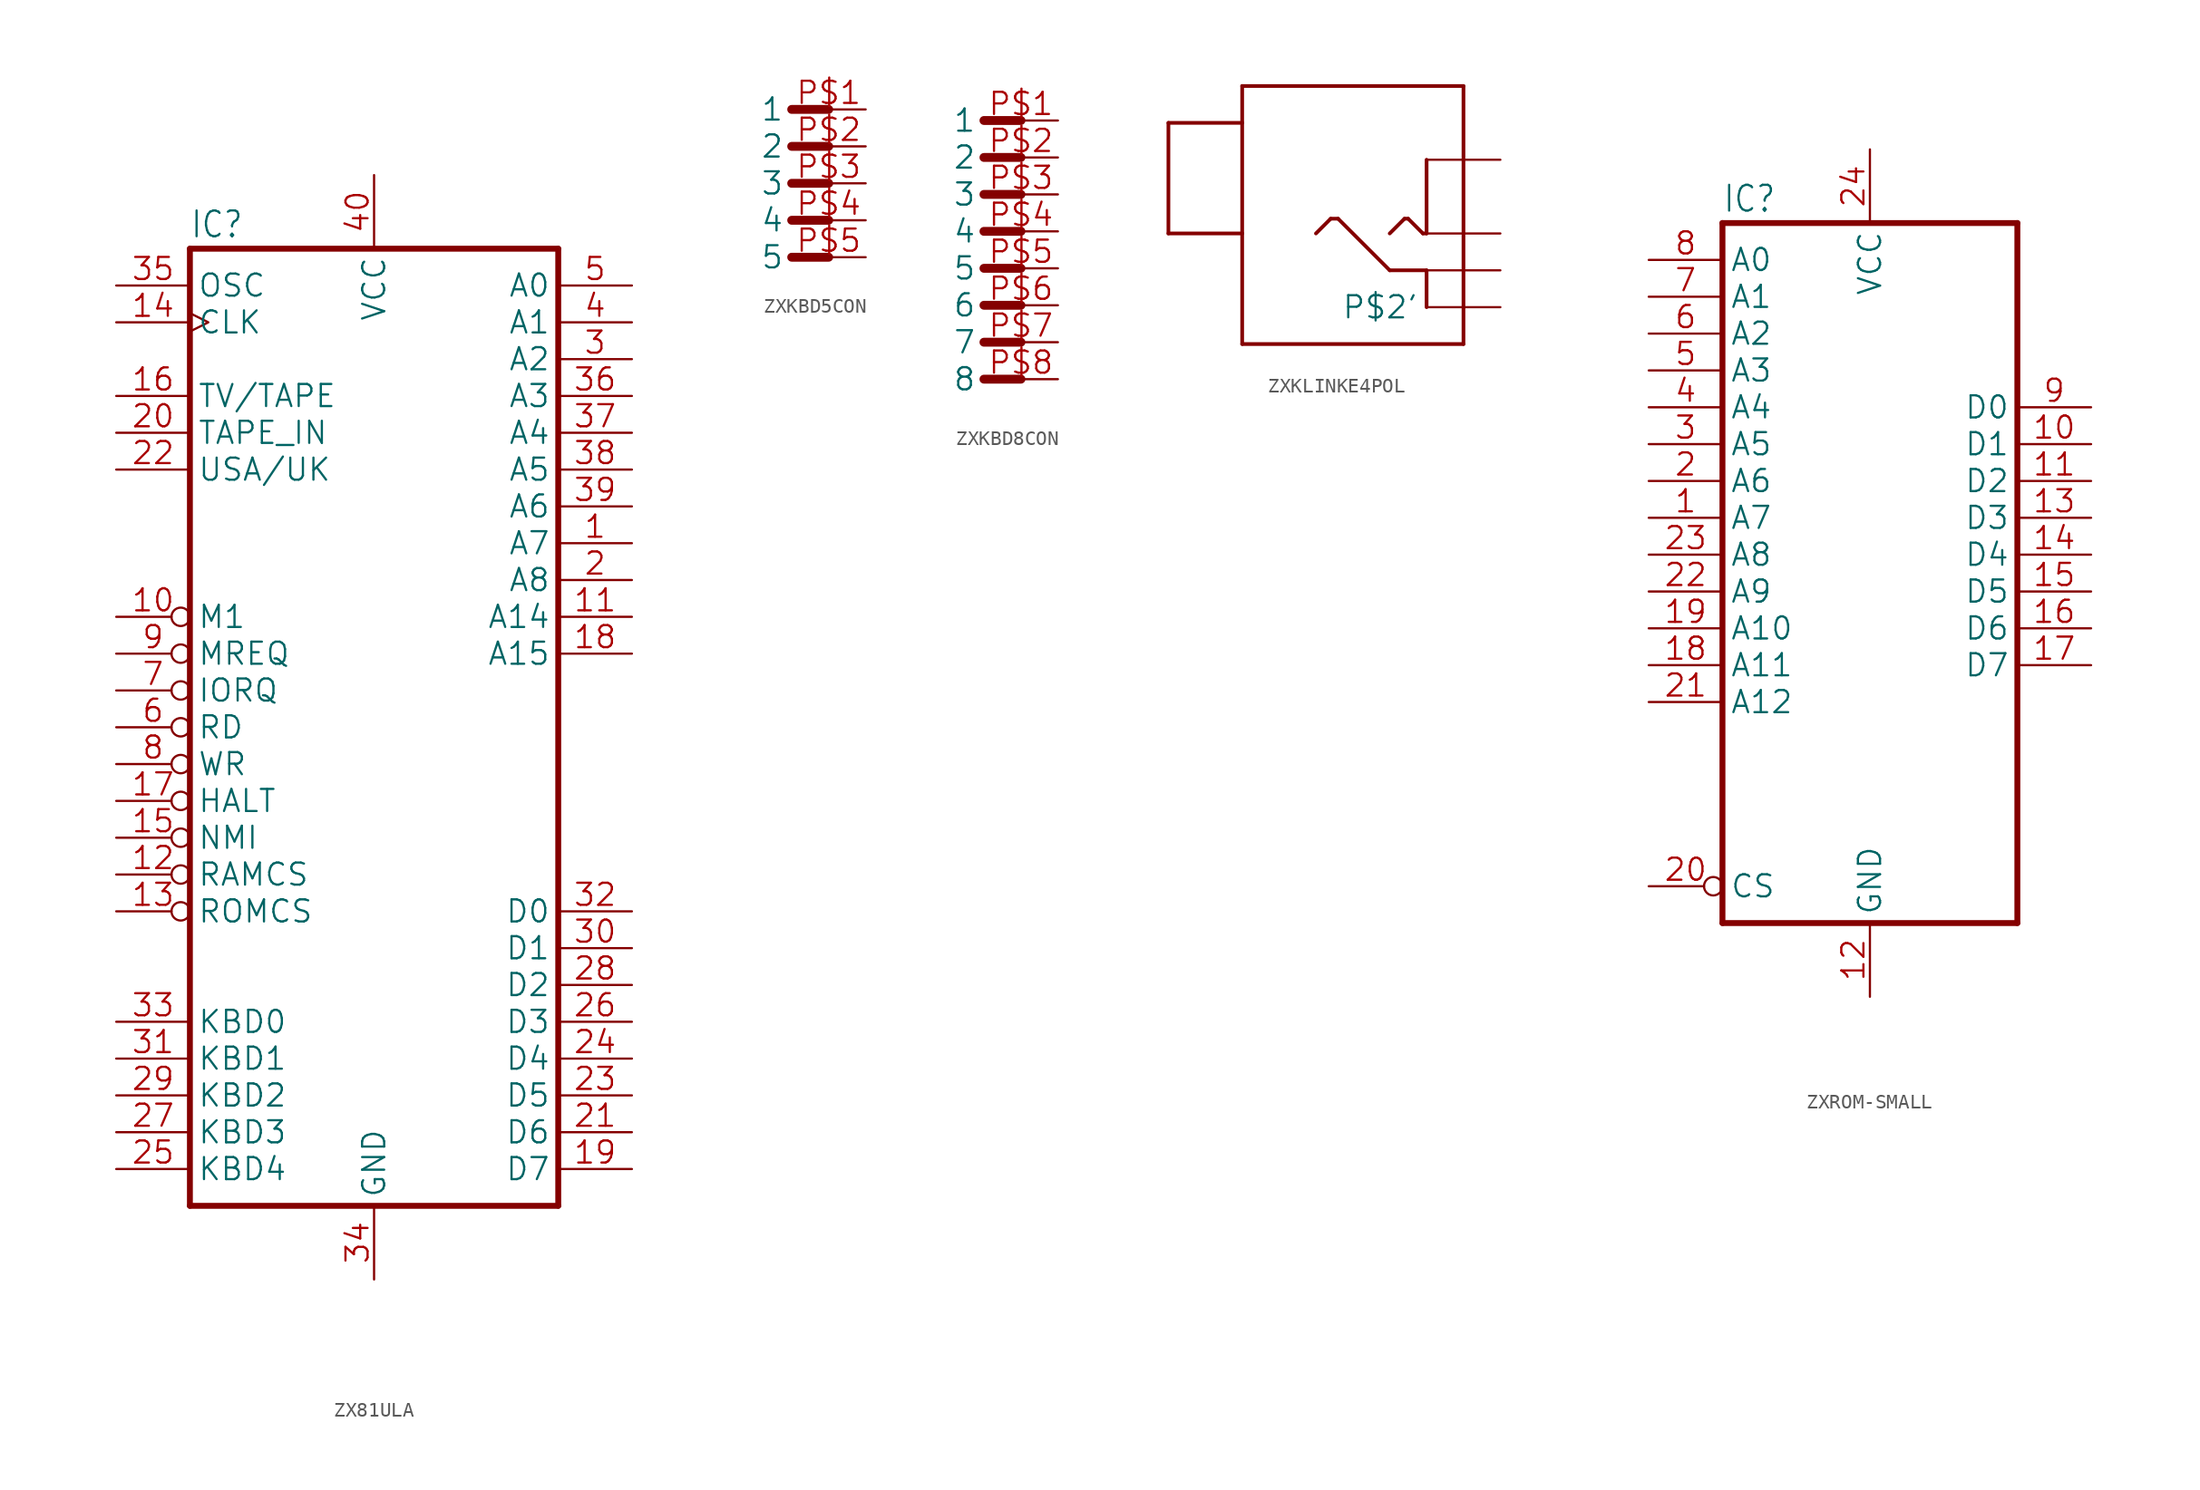
<source format=kicad_sym>
(kicad_symbol_lib
  (version 20241209)
  (generator "kicad_symbol_editor")
  (generator_version "9.0")
  (symbol "ZX81ULA"
    (property "Reference" "IC"
      (at -12.7 33.655 0)
      (effects (font (size 1.778 1.511)) (justify left bottom)))
    (property "Value" ""
      (at -12.7 -35.56 0)
      (effects (font (size 1.778 1.511)) (justify left bottom)))
    (property "ki_locked" ""
      (at 0 0 0)
      (effects (font (size 1.27 1.27))))
    (symbol "ZX81ULA_1_0"
      (polyline (pts (xy -12.7 -33.02) (xy -12.7 33.02)) (stroke (width 0.406) (type solid)) (fill (type none)))
      (polyline (pts (xy -12.7 -33.02) (xy 12.7 -33.02)) (stroke (width 0.406) (type solid)) (fill (type none)))
      (polyline (pts (xy 12.7 33.02) (xy -12.7 33.02)) (stroke (width 0.406) (type solid)) (fill (type none)))
      (polyline (pts (xy 12.7 33.02) (xy 12.7 -33.02)) (stroke (width 0.406) (type solid)) (fill (type none)))
      (pin output line (at -17.78 30.48 0) (length 5.08) (name "OSC" (effects (font (size 1.524 1.524)))) (number "35" (effects (font (size 1.524 1.524)))))
      (pin input clock (at -17.78 27.94 0) (length 5.08) (name "CLK" (effects (font (size 1.524 1.524)))) (number "14" (effects (font (size 1.524 1.524)))))
      (pin output line (at -17.78 22.86 0) (length 5.08) (name "TV/TAPE" (effects (font (size 1.524 1.524)))) (number "16" (effects (font (size 1.524 1.524)))))
      (pin output line (at -17.78 20.32 0) (length 5.08) (name "TAPE_IN" (effects (font (size 1.524 1.524)))) (number "20" (effects (font (size 1.524 1.524)))))
      (pin output line (at -17.78 17.78 0) (length 5.08) (name "USA/UK" (effects (font (size 1.524 1.524)))) (number "22" (effects (font (size 1.524 1.524)))))
      (pin output inverted (at -17.78 7.62 0) (length 5.08) (name "M1" (effects (font (size 1.524 1.524)))) (number "10" (effects (font (size 1.524 1.524)))))
      (pin output inverted (at -17.78 5.08 0) (length 5.08) (name "MREQ" (effects (font (size 1.524 1.524)))) (number "9" (effects (font (size 1.524 1.524)))))
      (pin output inverted (at -17.78 2.54 0) (length 5.08) (name "IORQ" (effects (font (size 1.524 1.524)))) (number "7" (effects (font (size 1.524 1.524)))))
      (pin output inverted (at -17.78 0 0) (length 5.08) (name "RD" (effects (font (size 1.524 1.524)))) (number "6" (effects (font (size 1.524 1.524)))))
      (pin output inverted (at -17.78 -2.54 0) (length 5.08) (name "WR" (effects (font (size 1.524 1.524)))) (number "8" (effects (font (size 1.524 1.524)))))
      (pin output inverted (at -17.78 -5.08 0) (length 5.08) (name "HALT" (effects (font (size 1.524 1.524)))) (number "17" (effects (font (size 1.524 1.524)))))
      (pin input inverted (at -17.78 -7.62 0) (length 5.08) (name "NMI" (effects (font (size 1.524 1.524)))) (number "15" (effects (font (size 1.524 1.524)))))
      (pin output inverted (at -17.78 -10.16 0) (length 5.08) (name "RAMCS" (effects (font (size 1.524 1.524)))) (number "12" (effects (font (size 1.524 1.524)))))
      (pin output inverted (at -17.78 -12.7 0) (length 5.08) (name "ROMCS" (effects (font (size 1.524 1.524)))) (number "13" (effects (font (size 1.524 1.524)))))
      (pin output line (at -17.78 -20.32 0) (length 5.08) (name "KBD0" (effects (font (size 1.524 1.524)))) (number "33" (effects (font (size 1.524 1.524)))))
      (pin input line (at -17.78 -22.86 0) (length 5.08) (name "KBD1" (effects (font (size 1.524 1.524)))) (number "31" (effects (font (size 1.524 1.524)))))
      (pin input line (at -17.78 -25.4 0) (length 5.08) (name "KBD2" (effects (font (size 1.524 1.524)))) (number "29" (effects (font (size 1.524 1.524)))))
      (pin input line (at -17.78 -27.94 0) (length 5.08) (name "KBD3" (effects (font (size 1.524 1.524)))) (number "27" (effects (font (size 1.524 1.524)))))
      (pin input line (at -17.78 -30.48 0) (length 5.08) (name "KBD4" (effects (font (size 1.524 1.524)))) (number "25" (effects (font (size 1.524 1.524)))))
      (pin power_in line (at 0 38.1 270) (length 5.08) (name "VCC" (effects (font (size 1.524 1.524)))) (number "40" (effects (font (size 1.524 1.524)))))
      (pin power_in line (at 0 -38.1 90) (length 5.08) (name "GND" (effects (font (size 1.524 1.524)))) (number "34" (effects (font (size 1.524 1.524)))))
      (pin output line (at 17.78 30.48 180) (length 5.08) (name "A0" (effects (font (size 1.524 1.524)))) (number "5" (effects (font (size 1.524 1.524)))))
      (pin output line (at 17.78 27.94 180) (length 5.08) (name "A1" (effects (font (size 1.524 1.524)))) (number "4" (effects (font (size 1.524 1.524)))))
      (pin output line (at 17.78 25.4 180) (length 5.08) (name "A2" (effects (font (size 1.524 1.524)))) (number "3" (effects (font (size 1.524 1.524)))))
      (pin output line (at 17.78 22.86 180) (length 5.08) (name "A3" (effects (font (size 1.524 1.524)))) (number "36" (effects (font (size 1.524 1.524)))))
      (pin output line (at 17.78 20.32 180) (length 5.08) (name "A4" (effects (font (size 1.524 1.524)))) (number "37" (effects (font (size 1.524 1.524)))))
      (pin output line (at 17.78 17.78 180) (length 5.08) (name "A5" (effects (font (size 1.524 1.524)))) (number "38" (effects (font (size 1.524 1.524)))))
      (pin output line (at 17.78 15.24 180) (length 5.08) (name "A6" (effects (font (size 1.524 1.524)))) (number "39" (effects (font (size 1.524 1.524)))))
      (pin output line (at 17.78 12.7 180) (length 5.08) (name "A7" (effects (font (size 1.524 1.524)))) (number "1" (effects (font (size 1.524 1.524)))))
      (pin output line (at 17.78 10.16 180) (length 5.08) (name "A8" (effects (font (size 1.524 1.524)))) (number "2" (effects (font (size 1.524 1.524)))))
      (pin output line (at 17.78 7.62 180) (length 5.08) (name "A14" (effects (font (size 1.524 1.524)))) (number "11" (effects (font (size 1.524 1.524)))))
      (pin output line (at 17.78 5.08 180) (length 5.08) (name "A15" (effects (font (size 1.524 1.524)))) (number "18" (effects (font (size 1.524 1.524)))))
      (pin bidirectional line (at 17.78 -12.7 180) (length 5.08) (name "D0" (effects (font (size 1.524 1.524)))) (number "32" (effects (font (size 1.524 1.524)))))
      (pin bidirectional line (at 17.78 -15.24 180) (length 5.08) (name "D1" (effects (font (size 1.524 1.524)))) (number "30" (effects (font (size 1.524 1.524)))))
      (pin bidirectional line (at 17.78 -17.78 180) (length 5.08) (name "D2" (effects (font (size 1.524 1.524)))) (number "28" (effects (font (size 1.524 1.524)))))
      (pin bidirectional line (at 17.78 -20.32 180) (length 5.08) (name "D3" (effects (font (size 1.524 1.524)))) (number "26" (effects (font (size 1.524 1.524)))))
      (pin bidirectional line (at 17.78 -22.86 180) (length 5.08) (name "D4" (effects (font (size 1.524 1.524)))) (number "24" (effects (font (size 1.524 1.524)))))
      (pin bidirectional line (at 17.78 -25.4 180) (length 5.08) (name "D5" (effects (font (size 1.524 1.524)))) (number "23" (effects (font (size 1.524 1.524)))))
      (pin bidirectional line (at 17.78 -27.94 180) (length 5.08) (name "D6" (effects (font (size 1.524 1.524)))) (number "21" (effects (font (size 1.524 1.524)))))
      (pin bidirectional line (at 17.78 -30.48 180) (length 5.08) (name "D7" (effects (font (size 1.524 1.524)))) (number "19" (effects (font (size 1.524 1.524)))))))
  (symbol "ZXKBD5CON"
    (property "Reference" "K"
      (at 0 0 0)
      (effects (font (size 1.27 1.27)) (hide yes)))
    (property "ki_locked" ""
      (at 0 0 0)
      (effects (font (size 1.27 1.27))))
    (symbol "ZXKBD5CON_1_0"
      (polyline (pts (xy -5.08 5.08) (xy -2.54 5.08)) (stroke (width 0.61) (type solid)) (fill (type none)))
      (polyline (pts (xy -5.08 2.54) (xy -2.54 2.54)) (stroke (width 0.61) (type solid)) (fill (type none)))
      (polyline (pts (xy -5.08 0) (xy -2.54 0)) (stroke (width 0.61) (type solid)) (fill (type none)))
      (polyline (pts (xy -5.08 -2.54) (xy -2.54 -2.54)) (stroke (width 0.61) (type solid)) (fill (type none)))
      (polyline (pts (xy -5.08 -5.08) (xy -2.54 -5.08)) (stroke (width 0.61) (type solid)) (fill (type none)))
      (pin bidirectional line (at 0 5.08 180) (length 5.08) (name "1" (effects (font (size 1.524 1.524)))) (number "P$1" (effects (font (size 1.524 1.524)))))
      (pin bidirectional line (at 0 2.54 180) (length 5.08) (name "2" (effects (font (size 1.524 1.524)))) (number "P$2" (effects (font (size 1.524 1.524)))))
      (pin bidirectional line (at 0 0 180) (length 5.08) (name "3" (effects (font (size 1.524 1.524)))) (number "P$3" (effects (font (size 1.524 1.524)))))
      (pin bidirectional line (at 0 -2.54 180) (length 5.08) (name "4" (effects (font (size 1.524 1.524)))) (number "P$4" (effects (font (size 1.524 1.524)))))
      (pin bidirectional line (at 0 -5.08 180) (length 5.08) (name "5" (effects (font (size 1.524 1.524)))) (number "P$5" (effects (font (size 1.524 1.524)))))))
  (symbol "ZXKBD8CON"
    (property "Reference" "K"
      (at 0 0 0)
      (effects (font (size 1.27 1.27)) (hide yes)))
    (property "ki_locked" ""
      (at 0 0 0)
      (effects (font (size 1.27 1.27))))
    (symbol "ZXKBD8CON_1_0"
      (polyline (pts (xy -5.08 10.16) (xy -2.54 10.16)) (stroke (width 0.61) (type solid)) (fill (type none)))
      (polyline (pts (xy -5.08 7.62) (xy -2.54 7.62)) (stroke (width 0.61) (type solid)) (fill (type none)))
      (polyline (pts (xy -5.08 5.08) (xy -2.54 5.08)) (stroke (width 0.61) (type solid)) (fill (type none)))
      (polyline (pts (xy -5.08 2.54) (xy -2.54 2.54)) (stroke (width 0.61) (type solid)) (fill (type none)))
      (polyline (pts (xy -5.08 0) (xy -2.54 0)) (stroke (width 0.61) (type solid)) (fill (type none)))
      (polyline (pts (xy -5.08 -2.54) (xy -2.54 -2.54)) (stroke (width 0.61) (type solid)) (fill (type none)))
      (polyline (pts (xy -5.08 -5.08) (xy -2.54 -5.08)) (stroke (width 0.61) (type solid)) (fill (type none)))
      (polyline (pts (xy -5.08 -7.62) (xy -2.54 -7.62)) (stroke (width 0.61) (type solid)) (fill (type none)))
      (pin bidirectional line (at 0 10.16 180) (length 5.08) (name "1" (effects (font (size 1.524 1.524)))) (number "P$1" (effects (font (size 1.524 1.524)))))
      (pin bidirectional line (at 0 7.62 180) (length 5.08) (name "2" (effects (font (size 1.524 1.524)))) (number "P$2" (effects (font (size 1.524 1.524)))))
      (pin bidirectional line (at 0 5.08 180) (length 5.08) (name "3" (effects (font (size 1.524 1.524)))) (number "P$3" (effects (font (size 1.524 1.524)))))
      (pin bidirectional line (at 0 2.54 180) (length 5.08) (name "4" (effects (font (size 1.524 1.524)))) (number "P$4" (effects (font (size 1.524 1.524)))))
      (pin bidirectional line (at 0 0 180) (length 5.08) (name "5" (effects (font (size 1.524 1.524)))) (number "P$5" (effects (font (size 1.524 1.524)))))
      (pin bidirectional line (at 0 -2.54 180) (length 5.08) (name "6" (effects (font (size 1.524 1.524)))) (number "P$6" (effects (font (size 1.524 1.524)))))
      (pin bidirectional line (at 0 -5.08 180) (length 5.08) (name "7" (effects (font (size 1.524 1.524)))) (number "P$7" (effects (font (size 1.524 1.524)))))
      (pin bidirectional line (at 0 -7.62 180) (length 5.08) (name "8" (effects (font (size 1.524 1.524)))) (number "P$8" (effects (font (size 1.524 1.524)))))))
  (symbol "ZXKLINKE4POL"
    (property "Reference" "K"
      (at 0 0 0)
      (effects (font (size 1.27 1.27)) (hide yes)))
    (property "ki_locked" ""
      (at 0 0 0)
      (effects (font (size 1.27 1.27))))
    (symbol "ZXKLINKE4POL_1_0"
      (polyline (pts (xy -17.78 7.62) (xy -17.78 0)) (stroke (width 0.254) (type solid)) (fill (type none)))
      (polyline (pts (xy -17.78 0) (xy -12.7 0)) (stroke (width 0.254) (type solid)) (fill (type none)))
      (polyline (pts (xy -12.7 10.16) (xy -12.7 7.62)) (stroke (width 0.254) (type solid)) (fill (type none)))
      (polyline (pts (xy -12.7 7.62) (xy -17.78 7.62)) (stroke (width 0.254) (type solid)) (fill (type none)))
      (polyline (pts (xy -12.7 7.62) (xy -12.7 0)) (stroke (width 0.254) (type solid)) (fill (type none)))
      (polyline (pts (xy -12.7 0) (xy -12.7 -7.62)) (stroke (width 0.254) (type solid)) (fill (type none)))
      (polyline (pts (xy -12.7 -7.62) (xy 2.54 -7.62)) (stroke (width 0.254) (type solid)) (fill (type none)))
      (polyline (pts (xy -6.604 1.016) (xy -7.62 0)) (stroke (width 0.254) (type solid)) (fill (type none)))
      (polyline (pts (xy -6.096 1.016) (xy -6.604 1.016)) (stroke (width 0.254) (type solid)) (fill (type none)))
      (polyline (pts (xy -2.54 -2.54) (xy -6.096 1.016)) (stroke (width 0.254) (type solid)) (fill (type none)))
      (polyline (pts (xy -1.524 1.016) (xy -2.54 0)) (stroke (width 0.254) (type solid)) (fill (type none)))
      (polyline (pts (xy -1.27 1.016) (xy -1.524 1.016)) (stroke (width 0.254) (type solid)) (fill (type none)))
      (polyline (pts (xy -0.254 0) (xy -1.27 1.016)) (stroke (width 0.254) (type solid)) (fill (type none)))
      (polyline (pts (xy 0 0) (xy -0.254 0)) (stroke (width 0.254) (type solid)) (fill (type none)))
      (polyline (pts (xy 0 0) (xy 0 5.08)) (stroke (width 0.254) (type solid)) (fill (type none)))
      (polyline (pts (xy 0 -2.54) (xy -2.54 -2.54)) (stroke (width 0.254) (type solid)) (fill (type none)))
      (polyline (pts (xy 0 -5.08) (xy 0 -2.54)) (stroke (width 0.254) (type solid)) (fill (type none)))
      (polyline (pts (xy 2.54 10.16) (xy -12.7 10.16)) (stroke (width 0.254) (type solid)) (fill (type none)))
      (polyline (pts (xy 2.54 -7.62) (xy 2.54 10.16)) (stroke (width 0.254) (type solid)) (fill (type none)))
      (pin bidirectional line (at 5.08 5.08 180) (length 5.08) (name "P$1'" (effects (font (size 0 0)))) (number "1'" (effects (font (size 0 0)))))
      (pin bidirectional line (at 5.08 0 180) (length 5.08) (name "P$1" (effects (font (size 0 0)))) (number "1" (effects (font (size 0 0)))))
      (pin bidirectional line (at 5.08 -2.54 180) (length 5.08) (name "P$2" (effects (font (size 0 0)))) (number "2" (effects (font (size 0 0)))))
      (pin bidirectional line (at 5.08 -5.08 180) (length 5.08) (name "P$2'" (effects (font (size 1.524 1.524)))) (number "2'" (effects (font (size 0 0)))))))
  (symbol "ZXROM-SMALL"
    (property "Reference" "IC"
      (at -10.16 23.495 0)
      (effects (font (size 1.778 1.511)) (justify left bottom)))
    (property "Value" ""
      (at -10.16 -27.94 0)
      (effects (font (size 1.778 1.511)) (justify left bottom)))
    (property "ki_locked" ""
      (at 0 0 0)
      (effects (font (size 1.27 1.27))))
    (symbol "ZXROM-SMALL_1_0"
      (polyline (pts (xy -10.16 -25.4) (xy -10.16 22.86)) (stroke (width 0.406) (type solid)) (fill (type none)))
      (polyline (pts (xy -10.16 -25.4) (xy 10.16 -25.4)) (stroke (width 0.406) (type solid)) (fill (type none)))
      (polyline (pts (xy 10.16 22.86) (xy -10.16 22.86)) (stroke (width 0.406) (type solid)) (fill (type none)))
      (polyline (pts (xy 10.16 22.86) (xy 10.16 -25.4)) (stroke (width 0.406) (type solid)) (fill (type none)))
      (pin input line (at -15.24 20.32 0) (length 5.08) (name "A0" (effects (font (size 1.524 1.524)))) (number "8" (effects (font (size 1.524 1.524)))))
      (pin input line (at -15.24 17.78 0) (length 5.08) (name "A1" (effects (font (size 1.524 1.524)))) (number "7" (effects (font (size 1.524 1.524)))))
      (pin input line (at -15.24 15.24 0) (length 5.08) (name "A2" (effects (font (size 1.524 1.524)))) (number "6" (effects (font (size 1.524 1.524)))))
      (pin input line (at -15.24 12.7 0) (length 5.08) (name "A3" (effects (font (size 1.524 1.524)))) (number "5" (effects (font (size 1.524 1.524)))))
      (pin input line (at -15.24 10.16 0) (length 5.08) (name "A4" (effects (font (size 1.524 1.524)))) (number "4" (effects (font (size 1.524 1.524)))))
      (pin input line (at -15.24 7.62 0) (length 5.08) (name "A5" (effects (font (size 1.524 1.524)))) (number "3" (effects (font (size 1.524 1.524)))))
      (pin input line (at -15.24 5.08 0) (length 5.08) (name "A6" (effects (font (size 1.524 1.524)))) (number "2" (effects (font (size 1.524 1.524)))))
      (pin input line (at -15.24 2.54 0) (length 5.08) (name "A7" (effects (font (size 1.524 1.524)))) (number "1" (effects (font (size 1.524 1.524)))))
      (pin input line (at -15.24 0 0) (length 5.08) (name "A8" (effects (font (size 1.524 1.524)))) (number "23" (effects (font (size 1.524 1.524)))))
      (pin input line (at -15.24 -2.54 0) (length 5.08) (name "A9" (effects (font (size 1.524 1.524)))) (number "22" (effects (font (size 1.524 1.524)))))
      (pin input line (at -15.24 -5.08 0) (length 5.08) (name "A10" (effects (font (size 1.524 1.524)))) (number "19" (effects (font (size 1.524 1.524)))))
      (pin input line (at -15.24 -7.62 0) (length 5.08) (name "A11" (effects (font (size 1.524 1.524)))) (number "18" (effects (font (size 1.524 1.524)))))
      (pin input line (at -15.24 -10.16 0) (length 5.08) (name "A12" (effects (font (size 1.524 1.524)))) (number "21" (effects (font (size 1.524 1.524)))))
      (pin output inverted (at -15.24 -22.86 0) (length 5.08) (name "CS" (effects (font (size 1.524 1.524)))) (number "20" (effects (font (size 1.524 1.524)))))
      (pin power_in line (at 0 27.94 270) (length 5.08) (name "VCC" (effects (font (size 1.524 1.524)))) (number "24" (effects (font (size 1.524 1.524)))))
      (pin power_in line (at 0 -30.48 90) (length 5.08) (name "GND" (effects (font (size 1.524 1.524)))) (number "12" (effects (font (size 1.524 1.524)))))
      (pin output line (at 15.24 10.16 180) (length 5.08) (name "D0" (effects (font (size 1.524 1.524)))) (number "9" (effects (font (size 1.524 1.524)))))
      (pin output line (at 15.24 7.62 180) (length 5.08) (name "D1" (effects (font (size 1.524 1.524)))) (number "10" (effects (font (size 1.524 1.524)))))
      (pin output line (at 15.24 5.08 180) (length 5.08) (name "D2" (effects (font (size 1.524 1.524)))) (number "11" (effects (font (size 1.524 1.524)))))
      (pin output line (at 15.24 2.54 180) (length 5.08) (name "D3" (effects (font (size 1.524 1.524)))) (number "13" (effects (font (size 1.524 1.524)))))
      (pin output line (at 15.24 0 180) (length 5.08) (name "D4" (effects (font (size 1.524 1.524)))) (number "14" (effects (font (size 1.524 1.524)))))
      (pin output line (at 15.24 -2.54 180) (length 5.08) (name "D5" (effects (font (size 1.524 1.524)))) (number "15" (effects (font (size 1.524 1.524)))))
      (pin output line (at 15.24 -5.08 180) (length 5.08) (name "D6" (effects (font (size 1.524 1.524)))) (number "16" (effects (font (size 1.524 1.524)))))
      (pin output line (at 15.24 -7.62 180) (length 5.08) (name "D7" (effects (font (size 1.524 1.524)))) (number "17" (effects (font (size 1.524 1.524))))))))
</source>
